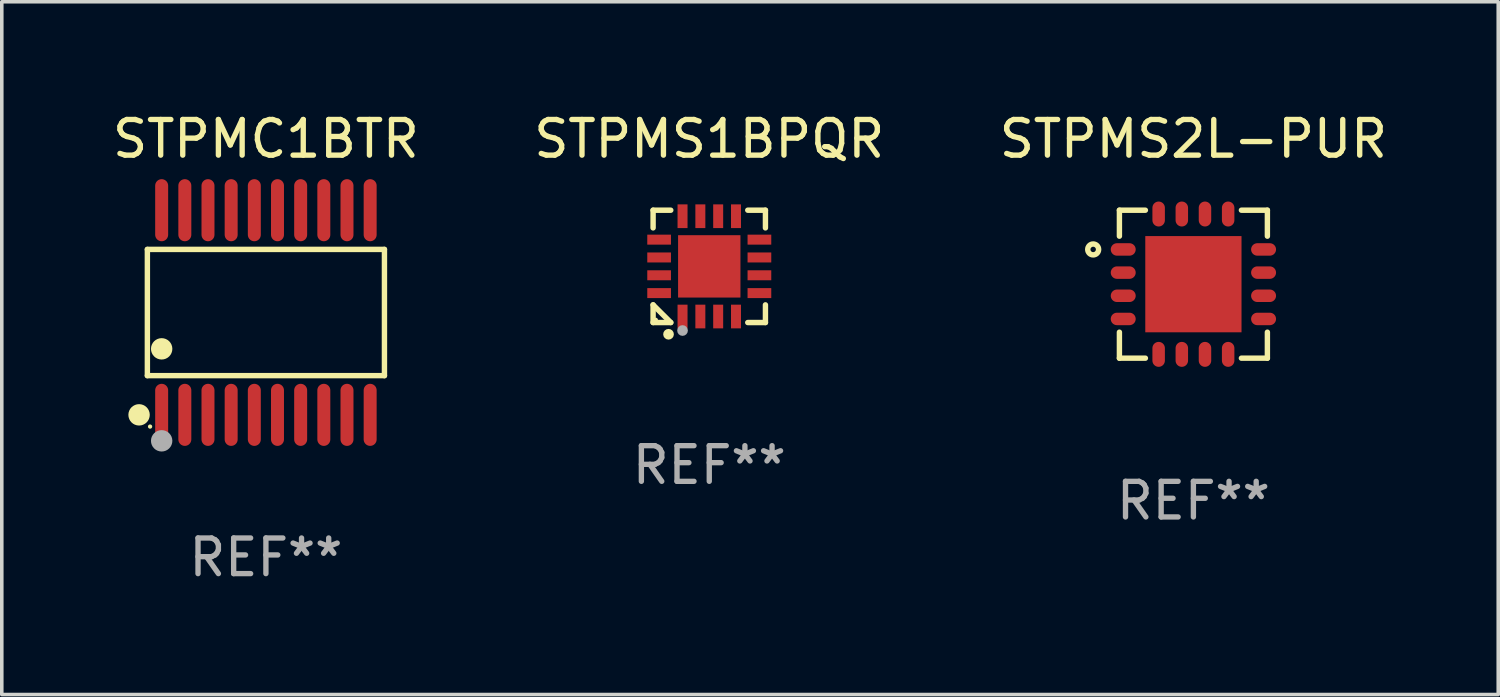
<source format=kicad_pcb>
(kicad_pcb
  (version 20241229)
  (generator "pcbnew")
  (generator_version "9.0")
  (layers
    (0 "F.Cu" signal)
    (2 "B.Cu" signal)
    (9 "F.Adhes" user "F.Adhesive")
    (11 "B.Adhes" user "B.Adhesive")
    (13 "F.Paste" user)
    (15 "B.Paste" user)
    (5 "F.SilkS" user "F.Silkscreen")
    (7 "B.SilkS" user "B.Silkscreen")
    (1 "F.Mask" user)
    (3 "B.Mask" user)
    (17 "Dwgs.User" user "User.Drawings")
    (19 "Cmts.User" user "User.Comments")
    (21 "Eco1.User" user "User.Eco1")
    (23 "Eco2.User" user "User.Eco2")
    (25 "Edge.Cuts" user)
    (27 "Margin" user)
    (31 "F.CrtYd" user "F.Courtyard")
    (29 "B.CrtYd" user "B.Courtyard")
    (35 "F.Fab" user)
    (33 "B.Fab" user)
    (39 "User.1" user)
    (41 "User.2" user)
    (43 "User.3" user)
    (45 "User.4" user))
  (footprint "STPMS2L-PUR"
    (layer "F.Cu")
    (at 30.435 4.924)
    (property "Reference" "STPMS2L-PUR" (at 0 -4.076 0) (layer "F.SilkS") (effects (font (size 1 1) (thickness 0.15))))
    (attr through_hole)
    (fp_line (start -2.076 -2.076) (end -2.076 -1.347) (stroke (width 0.152) (type solid)) (layer "F.SilkS"))
    (fp_line (start -2.076 2.076) (end -2.076 1.347) (stroke (width 0.152) (type solid)) (layer "F.SilkS"))
    (fp_line (start -1.347 -2.076) (end -2.076 -2.076) (stroke (width 0.152) (type solid)) (layer "F.SilkS"))
    (fp_line (start -1.347 2.076) (end -2.076 2.076) (stroke (width 0.152) (type solid)) (layer "F.SilkS"))
    (fp_line (start 1.347 -2.076) (end 2.076 -2.076) (stroke (width 0.152) (type solid)) (layer "F.SilkS"))
    (fp_line (start 1.347 2.076) (end 2.076 2.076) (stroke (width 0.152) (type solid)) (layer "F.SilkS"))
    (fp_line (start 2.076 -2.076) (end 2.076 -1.347) (stroke (width 0.152) (type solid)) (layer "F.SilkS"))
    (fp_line (start 2.076 2.076) (end 2.076 1.347) (stroke (width 0.152) (type solid)) (layer "F.SilkS"))
    (fp_circle (center -2.812 -0.975) (end -2.736 -0.975) (stroke (width 0.153) (type solid)) (fill no) (layer "F.SilkS"))
    (fp_text user "REF**" (at 0 6.076 0) (layer "F.Fab") (effects (font (size 1 1) (thickness 0.15))))
    (pad "1" smd oval (at -1.969 -0.975 270) (size 0.35 0.7) (layers "F.Cu" "F.Mask" "F.Paste"))
    (pad "2" smd oval (at -1.969 -0.325 270) (size 0.35 0.7) (layers "F.Cu" "F.Mask" "F.Paste"))
    (pad "3" smd oval (at -1.969 0.325 270) (size 0.35 0.7) (layers "F.Cu" "F.Mask" "F.Paste"))
    (pad "4" smd oval (at -1.969 0.975 270) (size 0.35 0.7) (layers "F.Cu" "F.Mask" "F.Paste"))
    (pad "5" smd oval (at -0.975 1.969 270) (size 0.7 0.35) (layers "F.Cu" "F.Mask" "F.Paste"))
    (pad "6" smd oval (at -0.325 1.969 270) (size 0.7 0.35) (layers "F.Cu" "F.Mask" "F.Paste"))
    (pad "7" smd oval (at 0.325 1.969 270) (size 0.7 0.35) (layers "F.Cu" "F.Mask" "F.Paste"))
    (pad "8" smd oval (at 0.975 1.969 270) (size 0.7 0.35) (layers "F.Cu" "F.Mask" "F.Paste"))
    (pad "9" smd oval (at 1.969 0.975 270) (size 0.35 0.7) (layers "F.Cu" "F.Mask" "F.Paste"))
    (pad "10" smd oval (at 1.969 0.325 270) (size 0.35 0.7) (layers "F.Cu" "F.Mask" "F.Paste"))
    (pad "11" smd oval (at 1.969 -0.325 270) (size 0.35 0.7) (layers "F.Cu" "F.Mask" "F.Paste"))
    (pad "12" smd oval (at 1.969 -0.975 270) (size 0.35 0.7) (layers "F.Cu" "F.Mask" "F.Paste"))
    (pad "13" smd oval (at 0.975 -1.969 270) (size 0.7 0.35) (layers "F.Cu" "F.Mask" "F.Paste"))
    (pad "14" smd oval (at 0.325 -1.969 270) (size 0.7 0.35) (layers "F.Cu" "F.Mask" "F.Paste"))
    (pad "15" smd oval (at -0.325 -1.969 270) (size 0.7 0.35) (layers "F.Cu" "F.Mask" "F.Paste"))
    (pad "16" smd oval (at -0.975 -1.969 270) (size 0.7 0.35) (layers "F.Cu" "F.Mask" "F.Paste"))
    (pad "17" smd rect (at 0 0) (size 2.7 2.7) (layers "F.Cu" "F.Mask" "F.Paste")))
  (footprint "STPMC1BTR"
    (layer "F.Cu")
    (at 4.411 5.719)
    (property "Reference" "STPMC1BTR" (at 0 -4.871 0) (layer "F.SilkS") (effects (font (size 1 1) (thickness 0.15))))
    (attr through_hole)
    (fp_line (start -3.326 -1.771) (end 3.326 -1.771) (stroke (width 0.152) (type solid)) (layer "F.SilkS"))
    (fp_line (start -3.326 1.771) (end -3.326 -1.771) (stroke (width 0.152) (type solid)) (layer "F.SilkS"))
    (fp_line (start 3.326 -1.771) (end 3.326 1.771) (stroke (width 0.152) (type solid)) (layer "F.SilkS"))
    (fp_line (start 3.326 1.771) (end -3.326 1.771) (stroke (width 0.152) (type solid)) (layer "F.SilkS"))
    (fp_circle (center -3.559 2.871) (end -3.409 2.871) (stroke (width 0.3) (type solid)) (fill no) (layer "F.SilkS"))
    (fp_circle (center -3.25 3.2) (end -3.22 3.2) (stroke (width 0.06) (type solid)) (fill no) (layer "F.SilkS"))
    (fp_circle (center -2.925 1.019) (end -2.775 1.019) (stroke (width 0.3) (type solid)) (fill no) (layer "F.SilkS"))
    (fp_circle (center -2.925 3.6) (end -2.775 3.6) (stroke (width 0.3) (type solid)) (fill no) (layer "F.Fab"))
    (fp_text user "REF**" (at 0 6.871 0) (layer "F.Fab") (effects (font (size 1 1) (thickness 0.15))))
    (pad "1" smd oval (at -2.925 2.871) (size 0.364 1.742) (layers "F.Cu" "F.Mask" "F.Paste"))
    (pad "2" smd oval (at -2.275 2.871) (size 0.364 1.742) (layers "F.Cu" "F.Mask" "F.Paste"))
    (pad "3" smd oval (at -1.625 2.871) (size 0.364 1.742) (layers "F.Cu" "F.Mask" "F.Paste"))
    (pad "4" smd oval (at -0.975 2.871) (size 0.364 1.742) (layers "F.Cu" "F.Mask" "F.Paste"))
    (pad "5" smd oval (at -0.325 2.871) (size 0.364 1.742) (layers "F.Cu" "F.Mask" "F.Paste"))
    (pad "6" smd oval (at 0.325 2.871) (size 0.364 1.742) (layers "F.Cu" "F.Mask" "F.Paste"))
    (pad "7" smd oval (at 0.975 2.871) (size 0.364 1.742) (layers "F.Cu" "F.Mask" "F.Paste"))
    (pad "8" smd oval (at 1.625 2.871) (size 0.364 1.742) (layers "F.Cu" "F.Mask" "F.Paste"))
    (pad "9" smd oval (at 2.275 2.871) (size 0.364 1.742) (layers "F.Cu" "F.Mask" "F.Paste"))
    (pad "10" smd oval (at 2.925 2.871) (size 0.364 1.742) (layers "F.Cu" "F.Mask" "F.Paste"))
    (pad "11" smd oval (at 2.925 -2.871) (size 0.364 1.742) (layers "F.Cu" "F.Mask" "F.Paste"))
    (pad "12" smd oval (at 2.275 -2.871) (size 0.364 1.742) (layers "F.Cu" "F.Mask" "F.Paste"))
    (pad "13" smd oval (at 1.625 -2.871) (size 0.364 1.742) (layers "F.Cu" "F.Mask" "F.Paste"))
    (pad "14" smd oval (at 0.975 -2.871) (size 0.364 1.742) (layers "F.Cu" "F.Mask" "F.Paste"))
    (pad "15" smd oval (at 0.325 -2.871) (size 0.364 1.742) (layers "F.Cu" "F.Mask" "F.Paste"))
    (pad "16" smd oval (at -0.325 -2.871) (size 0.364 1.742) (layers "F.Cu" "F.Mask" "F.Paste"))
    (pad "17" smd oval (at -0.975 -2.871) (size 0.364 1.742) (layers "F.Cu" "F.Mask" "F.Paste"))
    (pad "18" smd oval (at -1.625 -2.871) (size 0.364 1.742) (layers "F.Cu" "F.Mask" "F.Paste"))
    (pad "19" smd oval (at -2.275 -2.871) (size 0.364 1.742) (layers "F.Cu" "F.Mask" "F.Paste"))
    (pad "20" smd oval (at -2.925 -2.871) (size 0.364 1.742) (layers "F.Cu" "F.Mask" "F.Paste")))
  (footprint "STPMS1BPQR"
    (layer "F.Cu")
    (at 16.851 4.424)
    (property "Reference" "STPMS1BPQR" (at 0 -3.576 0) (layer "F.SilkS") (effects (font (size 1 1) (thickness 0.15))))
    (attr through_hole)
    (fp_line (start -1.576 -1.576) (end -1.08 -1.576) (stroke (width 0.152) (type solid)) (layer "F.SilkS"))
    (fp_line (start -1.576 -1.08) (end -1.576 -1.576) (stroke (width 0.152) (type solid)) (layer "F.SilkS"))
    (fp_line (start -1.576 1.08) (end -1.576 1.576) (stroke (width 0.152) (type solid)) (layer "F.SilkS"))
    (fp_line (start -1.576 1.576) (end -1.08 1.576) (stroke (width 0.152) (type solid)) (layer "F.SilkS"))
    (fp_line (start -1.08 1.576) (end -1.576 1.08) (stroke (width 0.152) (type solid)) (layer "F.SilkS"))
    (fp_line (start 1.576 -1.576) (end 1.08 -1.576) (stroke (width 0.152) (type solid)) (layer "F.SilkS"))
    (fp_line (start 1.576 -1.08) (end 1.576 -1.576) (stroke (width 0.152) (type solid)) (layer "F.SilkS"))
    (fp_line (start 1.576 1.08) (end 1.576 1.576) (stroke (width 0.152) (type solid)) (layer "F.SilkS"))
    (fp_line (start 1.576 1.576) (end 1.08 1.576) (stroke (width 0.152) (type solid)) (layer "F.SilkS"))
    (fp_circle (center -1.5 1.5) (end -1.47 1.5) (stroke (width 0.06) (type solid)) (fill no) (layer "F.SilkS"))
    (fp_circle (center -1.143 1.905) (end -1.068 1.905) (stroke (width 0.15) (type solid)) (fill no) (layer "F.SilkS"))
    (fp_circle (center -0.75 1.8) (end -0.675 1.8) (stroke (width 0.15) (type solid)) (fill no) (layer "F.Fab"))
    (fp_text user "REF**" (at 0 5.576 0) (layer "F.Fab") (effects (font (size 1 1) (thickness 0.15))))
    (pad "1" smd rect (at -0.75 1.407) (size 0.28 0.665) (layers "F.Cu" "F.Mask" "F.Paste"))
    (pad "2" smd rect (at -0.25 1.407) (size 0.28 0.665) (layers "F.Cu" "F.Mask" "F.Paste"))
    (pad "3" smd rect (at 0.25 1.407) (size 0.28 0.665) (layers "F.Cu" "F.Mask" "F.Paste"))
    (pad "4" smd rect (at 0.75 1.407) (size 0.28 0.665) (layers "F.Cu" "F.Mask" "F.Paste"))
    (pad "5" smd rect (at 1.407 0.75) (size 0.665 0.28) (layers "F.Cu" "F.Mask" "F.Paste"))
    (pad "6" smd rect (at 1.407 0.25) (size 0.665 0.28) (layers "F.Cu" "F.Mask" "F.Paste"))
    (pad "7" smd rect (at 1.407 -0.25) (size 0.665 0.28) (layers "F.Cu" "F.Mask" "F.Paste"))
    (pad "8" smd rect (at 1.407 -0.75) (size 0.665 0.28) (layers "F.Cu" "F.Mask" "F.Paste"))
    (pad "9" smd rect (at 0.75 -1.407) (size 0.28 0.665) (layers "F.Cu" "F.Mask" "F.Paste"))
    (pad "10" smd rect (at 0.25 -1.407) (size 0.28 0.665) (layers "F.Cu" "F.Mask" "F.Paste"))
    (pad "11" smd rect (at -0.25 -1.407) (size 0.28 0.665) (layers "F.Cu" "F.Mask" "F.Paste"))
    (pad "12" smd rect (at -0.75 -1.407) (size 0.28 0.665) (layers "F.Cu" "F.Mask" "F.Paste"))
    (pad "13" smd rect (at -1.407 -0.75) (size 0.665 0.28) (layers "F.Cu" "F.Mask" "F.Paste"))
    (pad "14" smd rect (at -1.407 -0.25) (size 0.665 0.28) (layers "F.Cu" "F.Mask" "F.Paste"))
    (pad "15" smd rect (at -1.407 0.25) (size 0.665 0.28) (layers "F.Cu" "F.Mask" "F.Paste"))
    (pad "16" smd rect (at -1.407 0.75) (size 0.665 0.28) (layers "F.Cu" "F.Mask" "F.Paste"))
    (pad "17" smd rect (at 0 0) (size 1.75 1.75) (layers "F.Cu" "F.Mask" "F.Paste")))
  (gr_rect
    (start -3 -3)
    (end 38.988 16.438)
    (stroke (width 0.1) (type default))
    (fill no)
    (layer "Edge.Cuts")))
</source>
